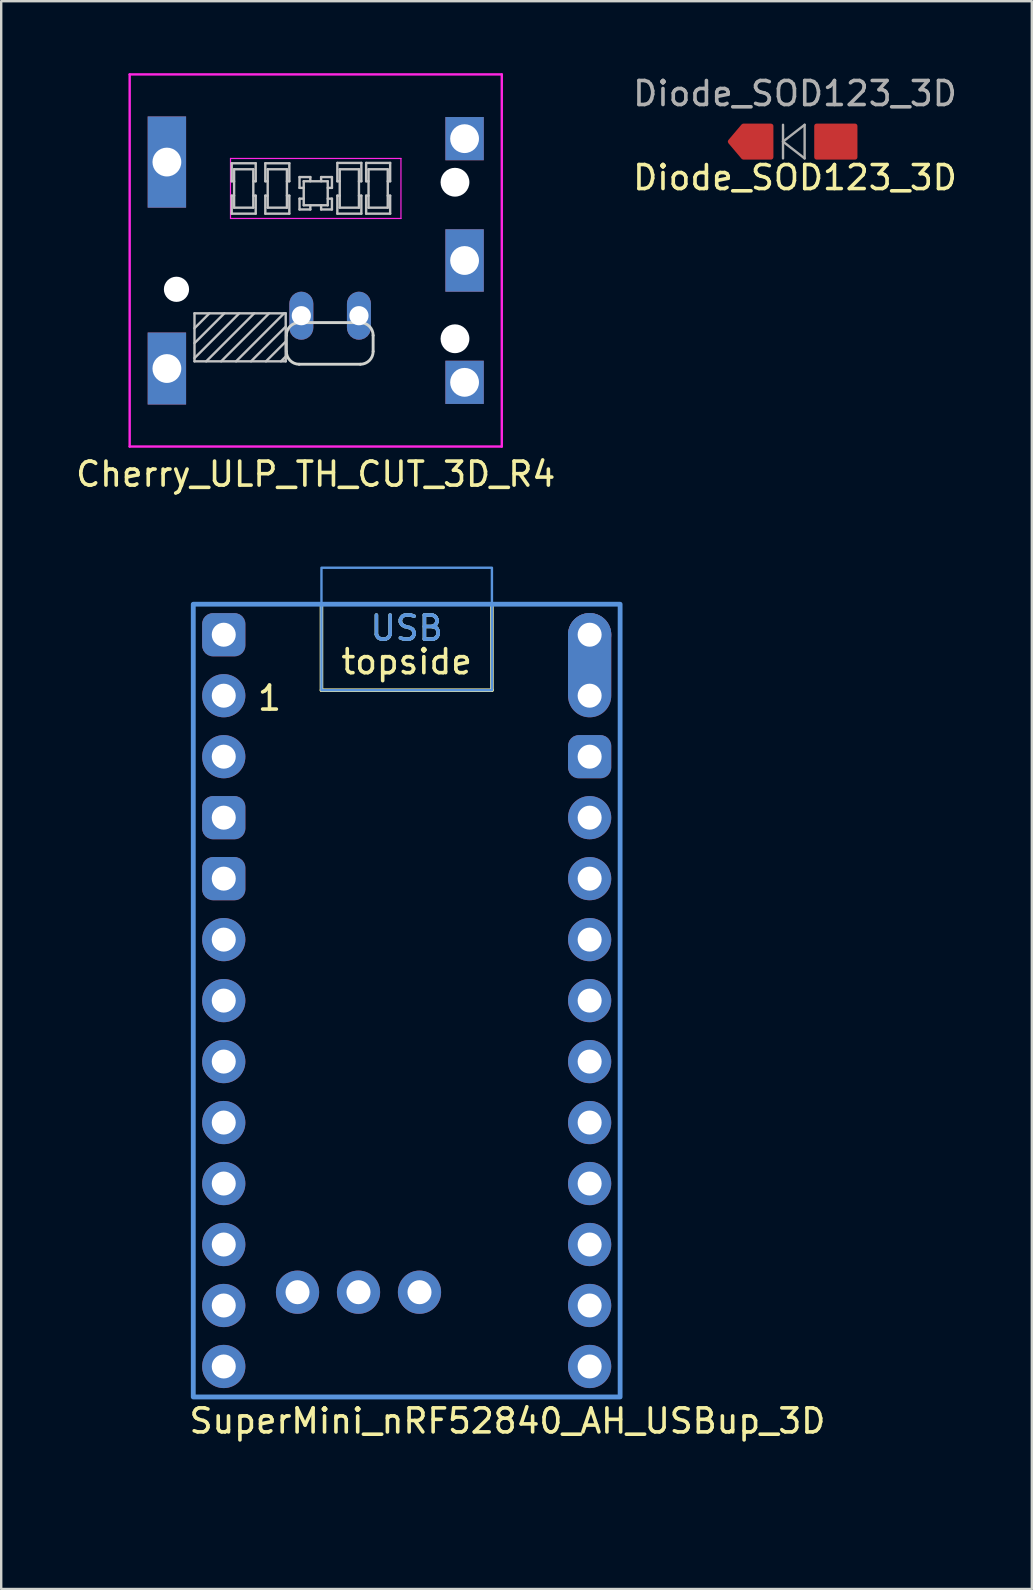
<source format=kicad_pcb>
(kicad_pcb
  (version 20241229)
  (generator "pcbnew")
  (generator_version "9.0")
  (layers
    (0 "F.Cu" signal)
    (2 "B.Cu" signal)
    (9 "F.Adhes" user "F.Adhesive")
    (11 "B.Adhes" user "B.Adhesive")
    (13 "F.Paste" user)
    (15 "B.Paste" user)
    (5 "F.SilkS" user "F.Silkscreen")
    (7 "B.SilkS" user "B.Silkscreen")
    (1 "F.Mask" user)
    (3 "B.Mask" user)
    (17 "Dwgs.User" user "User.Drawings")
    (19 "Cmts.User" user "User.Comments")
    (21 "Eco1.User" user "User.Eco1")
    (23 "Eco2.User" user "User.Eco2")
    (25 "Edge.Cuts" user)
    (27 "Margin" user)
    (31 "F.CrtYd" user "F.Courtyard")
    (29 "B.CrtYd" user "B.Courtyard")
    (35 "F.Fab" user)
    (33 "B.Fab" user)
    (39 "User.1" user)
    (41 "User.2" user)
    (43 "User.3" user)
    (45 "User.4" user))
  (footprint "Cherry_ULP_TH_CUT_3D_R4"
    (layer "F.Cu")
    (at 10.101 7.8)
    (property "Reference" "Cherry_ULP_TH_CUT_3D_R4" (at 0.000004 8.9 180) (layer "F.SilkS") (effects (font (size 1 1) (thickness 0.15))))
    (attr through_hole)
    (fp_line (start -5.05 4.066) (end -3.184 2.2) (stroke (width 0.1) (type solid)) (layer "Dwgs.User"))
    (fp_line (start -5.05 3.444) (end -3.806 2.2) (stroke (width 0.1) (type solid)) (layer "Dwgs.User"))
    (fp_line (start -5.05 4.2) (end -5.05 2.2) (stroke (width 0.1) (type solid)) (layer "Dwgs.User"))
    (fp_line (start -5.05 2.822) (end -4.428 2.2) (stroke (width 0.1) (type solid)) (layer "Dwgs.User"))
    (fp_line (start -5.05 2.2) (end -1.25 2.2) (stroke (width 0.1) (type solid)) (layer "Dwgs.User"))
    (fp_line (start -4.561 4.2) (end -2.561 2.2) (stroke (width 0.1) (type solid)) (layer "Dwgs.User"))
    (fp_line (start -3.939 4.2) (end -1.939 2.2) (stroke (width 0.1) (type solid)) (layer "Dwgs.User"))
    (fp_line (start -3.5 -3.3) (end -3.4 -3.3) (stroke (width 0.1) (type solid)) (layer "Dwgs.User"))
    (fp_line (start -3.5 -1.95) (end -2.5 -1.95) (stroke (width 0.1) (type solid)) (layer "Dwgs.User"))
    (fp_line (start -3.5 -4.05) (end -3.5 -3.3) (stroke (width 0.1) (type solid)) (layer "Dwgs.User"))
    (fp_line (start -3.5 -2.7) (end -3.5 -1.95) (stroke (width 0.1) (type solid)) (layer "Dwgs.User"))
    (fp_line (start -3.4 -2.7) (end -3.5 -2.7) (stroke (width 0.1) (type solid)) (layer "Dwgs.User"))
    (fp_line (start -3.4 -2.2) (end -2.6 -2.2) (stroke (width 0.1) (type solid)) (layer "Dwgs.User"))
    (fp_line (start -3.4 -3.8) (end -3.4 -2.2) (stroke (width 0.1) (type solid)) (layer "Dwgs.User"))
    (fp_line (start -3.317 4.2) (end -1.317 2.2) (stroke (width 0.1) (type solid)) (layer "Dwgs.User"))
    (fp_line (start -2.695 4.2) (end -1.25 2.756) (stroke (width 0.1) (type solid)) (layer "Dwgs.User"))
    (fp_line (start -2.6 -3.3) (end -2.5 -3.3) (stroke (width 0.1) (type solid)) (layer "Dwgs.User"))
    (fp_line (start -2.6 -2.2) (end -2.6 -3.8) (stroke (width 0.1) (type solid)) (layer "Dwgs.User"))
    (fp_line (start -2.6 -3.8) (end -3.4 -3.8) (stroke (width 0.1) (type solid)) (layer "Dwgs.User"))
    (fp_line (start -2.5 -2.7) (end -2.6 -2.7) (stroke (width 0.1) (type solid)) (layer "Dwgs.User"))
    (fp_line (start -2.5 -1.95) (end -2.5 -2.7) (stroke (width 0.1) (type solid)) (layer "Dwgs.User"))
    (fp_line (start -2.5 -4.05) (end -3.5 -4.05) (stroke (width 0.1) (type solid)) (layer "Dwgs.User"))
    (fp_line (start -2.5 -3.3) (end -2.5 -4.05) (stroke (width 0.1) (type solid)) (layer "Dwgs.User"))
    (fp_line (start -2.1 -2.7) (end -2.1 -1.95) (stroke (width 0.1) (type solid)) (layer "Dwgs.User"))
    (fp_line (start -2.1 -4.05) (end -2.1 -3.3) (stroke (width 0.1) (type solid)) (layer "Dwgs.User"))
    (fp_line (start -2.1 -3.3) (end -2 -3.3) (stroke (width 0.1) (type solid)) (layer "Dwgs.User"))
    (fp_line (start -2.1 -1.95) (end -1.1 -1.95) (stroke (width 0.1) (type solid)) (layer "Dwgs.User"))
    (fp_line (start -2.072 4.2) (end -1.25 3.378) (stroke (width 0.1) (type solid)) (layer "Dwgs.User"))
    (fp_line (start -2 -2.2) (end -1.2 -2.2) (stroke (width 0.1) (type solid)) (layer "Dwgs.User"))
    (fp_line (start -2 -3.8) (end -2 -2.2) (stroke (width 0.1) (type solid)) (layer "Dwgs.User"))
    (fp_line (start -2 -2.7) (end -2.1 -2.7) (stroke (width 0.1) (type solid)) (layer "Dwgs.User"))
    (fp_line (start -1.45 4.2) (end -1.25 4) (stroke (width 0.1) (type solid)) (layer "Dwgs.User"))
    (fp_line (start -1.25 2.2) (end -1.25 4.2) (stroke (width 0.1) (type solid)) (layer "Dwgs.User"))
    (fp_line (start -1.25 4.2) (end -5.05 4.2) (stroke (width 0.1) (type solid)) (layer "Dwgs.User"))
    (fp_line (start -1.2 -2.2) (end -1.2 -3.8) (stroke (width 0.1) (type solid)) (layer "Dwgs.User"))
    (fp_line (start -1.2 -3.8) (end -2 -3.8) (stroke (width 0.1) (type solid)) (layer "Dwgs.User"))
    (fp_line (start -1.2 -3.3) (end -1.1 -3.3) (stroke (width 0.1) (type solid)) (layer "Dwgs.User"))
    (fp_line (start -1.1 -3.3) (end -1.1 -4.05) (stroke (width 0.1) (type solid)) (layer "Dwgs.User"))
    (fp_line (start -1.1 -2.7) (end -1.2 -2.7) (stroke (width 0.1) (type solid)) (layer "Dwgs.User"))
    (fp_line (start -1.1 -4.05) (end -2.1 -4.05) (stroke (width 0.1) (type solid)) (layer "Dwgs.User"))
    (fp_line (start -1.1 -1.95) (end -1.1 -2.7) (stroke (width 0.1) (type solid)) (layer "Dwgs.User"))
    (fp_line (start -0.675 -2.125) (end -0.225 -2.125) (stroke (width 0.1) (type solid)) (layer "Dwgs.User"))
    (fp_line (start -0.675 -3.025) (end -0.5 -3.025) (stroke (width 0.1) (type solid)) (layer "Dwgs.User"))
    (fp_line (start -0.675 -2.575) (end -0.675 -2.125) (stroke (width 0.1) (type solid)) (layer "Dwgs.User"))
    (fp_line (start -0.675 -3.475) (end -0.675 -3.025) (stroke (width 0.1) (type solid)) (layer "Dwgs.User"))
    (fp_line (start -0.5 -3.3) (end -0.5 -2.3) (stroke (width 0.1) (type solid)) (layer "Dwgs.User"))
    (fp_line (start -0.5 -2.575) (end -0.675 -2.575) (stroke (width 0.1) (type solid)) (layer "Dwgs.User"))
    (fp_line (start -0.5 -2.3) (end 0.5 -2.3) (stroke (width 0.1) (type solid)) (layer "Dwgs.User"))
    (fp_line (start -0.225 -3.475) (end -0.675 -3.475) (stroke (width 0.1) (type solid)) (layer "Dwgs.User"))
    (fp_line (start -0.225 -2.125) (end -0.225 -2.3) (stroke (width 0.1) (type solid)) (layer "Dwgs.User"))
    (fp_line (start -0.225 -3.3) (end -0.225 -3.475) (stroke (width 0.1) (type solid)) (layer "Dwgs.User"))
    (fp_line (start 0.225 -3.475) (end 0.225 -3.3) (stroke (width 0.1) (type solid)) (layer "Dwgs.User"))
    (fp_line (start 0.225 -2.125) (end 0.675 -2.125) (stroke (width 0.1) (type solid)) (layer "Dwgs.User"))
    (fp_line (start 0.225 -2.3) (end 0.225 -2.125) (stroke (width 0.1) (type solid)) (layer "Dwgs.User"))
    (fp_line (start 0.5 -3.3) (end -0.5 -3.3) (stroke (width 0.1) (type solid)) (layer "Dwgs.User"))
    (fp_line (start 0.5 -3.025) (end 0.675 -3.025) (stroke (width 0.1) (type solid)) (layer "Dwgs.User"))
    (fp_line (start 0.5 -2.3) (end 0.5 -3.3) (stroke (width 0.1) (type solid)) (layer "Dwgs.User"))
    (fp_line (start 0.675 -3.475) (end 0.225 -3.475) (stroke (width 0.1) (type solid)) (layer "Dwgs.User"))
    (fp_line (start 0.675 -2.575) (end 0.5 -2.575) (stroke (width 0.1) (type solid)) (layer "Dwgs.User"))
    (fp_line (start 0.675 -3.025) (end 0.675 -3.475) (stroke (width 0.1) (type solid)) (layer "Dwgs.User"))
    (fp_line (start 0.675 -2.125) (end 0.675 -2.575) (stroke (width 0.1) (type solid)) (layer "Dwgs.User"))
    (fp_line (start 0.9 -4.064) (end 0.9 -3.3) (stroke (width 0.1) (type solid)) (layer "Dwgs.User"))
    (fp_line (start 0.9 -2.7) (end 0.9 -1.95) (stroke (width 0.1) (type solid)) (layer "Dwgs.User"))
    (fp_line (start 0.9 -3.3) (end 1 -3.3) (stroke (width 0.1) (type solid)) (layer "Dwgs.User"))
    (fp_line (start 0.9 -1.95) (end 1.9 -1.95) (stroke (width 0.1) (type solid)) (layer "Dwgs.User"))
    (fp_line (start 1 -2.2) (end 1.8 -2.2) (stroke (width 0.1) (type solid)) (layer "Dwgs.User"))
    (fp_line (start 1 -2.7) (end 0.9 -2.7) (stroke (width 0.1) (type solid)) (layer "Dwgs.User"))
    (fp_line (start 1 -3.8) (end 1 -2.2) (stroke (width 0.1) (type solid)) (layer "Dwgs.User"))
    (fp_line (start 1.8 -3.8) (end 1 -3.8) (stroke (width 0.1) (type solid)) (layer "Dwgs.User"))
    (fp_line (start 1.8 -3.3) (end 1.9 -3.3) (stroke (width 0.1) (type solid)) (layer "Dwgs.User"))
    (fp_line (start 1.8 -2.2) (end 1.8 -3.8) (stroke (width 0.1) (type solid)) (layer "Dwgs.User"))
    (fp_line (start 1.9 -2.7) (end 1.8 -2.7) (stroke (width 0.1) (type solid)) (layer "Dwgs.User"))
    (fp_line (start 1.9 -1.95) (end 1.9 -2.7) (stroke (width 0.1) (type solid)) (layer "Dwgs.User"))
    (fp_line (start 1.9 -4.064) (end 0.9 -4.064) (stroke (width 0.1) (type solid)) (layer "Dwgs.User"))
    (fp_line (start 1.9 -3.3) (end 1.9 -4.064) (stroke (width 0.1) (type solid)) (layer "Dwgs.User"))
    (fp_line (start 2.1 -4.064) (end 2.1 -3.3) (stroke (width 0.1) (type solid)) (layer "Dwgs.User"))
    (fp_line (start 2.1 -3.3) (end 2.2 -3.3) (stroke (width 0.1) (type solid)) (layer "Dwgs.User"))
    (fp_line (start 2.1 -2.7) (end 2.1 -1.95) (stroke (width 0.1) (type solid)) (layer "Dwgs.User"))
    (fp_line (start 2.1 -1.95) (end 3.1 -1.95) (stroke (width 0.1) (type solid)) (layer "Dwgs.User"))
    (fp_line (start 2.2 -3.8) (end 2.2 -2.2) (stroke (width 0.1) (type solid)) (layer "Dwgs.User"))
    (fp_line (start 2.2 -2.7) (end 2.1 -2.7) (stroke (width 0.1) (type solid)) (layer "Dwgs.User"))
    (fp_line (start 2.2 -2.2) (end 3 -2.2) (stroke (width 0.1) (type solid)) (layer "Dwgs.User"))
    (fp_line (start 3 -3.3) (end 3.1 -3.3) (stroke (width 0.1) (type solid)) (layer "Dwgs.User"))
    (fp_line (start 3 -3.8) (end 2.2 -3.8) (stroke (width 0.1) (type solid)) (layer "Dwgs.User"))
    (fp_line (start 3 -2.2) (end 3 -3.8) (stroke (width 0.1) (type solid)) (layer "Dwgs.User"))
    (fp_line (start 3.1 -4.064) (end 2.1 -4.064) (stroke (width 0.1) (type solid)) (layer "Dwgs.User"))
    (fp_line (start 3.1 -3.3) (end 3.1 -4.064) (stroke (width 0.1) (type solid)) (layer "Dwgs.User"))
    (fp_line (start 3.1 -2.7) (end 3 -2.7) (stroke (width 0.1) (type solid)) (layer "Dwgs.User"))
    (fp_line (start 3.1 -1.95) (end 3.1 -2.7) (stroke (width 0.1) (type solid)) (layer "Dwgs.User"))
    (fp_line (start -1.223 3.788) (end -1.223 3.12) (stroke (width 0.12) (type default)) (layer "Edge.Cuts"))
    (fp_line (start -0.69 2.587) (end 1.858 2.587) (stroke (width 0.12) (type default)) (layer "Edge.Cuts"))
    (fp_line (start 1.858 4.322) (end -0.69 4.322) (stroke (width 0.12) (type default)) (layer "Edge.Cuts"))
    (fp_line (start 2.391 3.12) (end 2.391 3.788) (stroke (width 0.12) (type default)) (layer "Edge.Cuts"))
    (fp_arc (start -1.223027 3.12037) (mid -1.066797 2.7432) (end -0.689627 2.58697) (stroke (width 0.12) (type default)) (layer "Edge.Cuts"))
    (fp_arc (start -0.68963 4.32183) (mid -1.066802 4.165601) (end -1.22303 3.788429) (stroke (width 0.12) (type default)) (layer "Edge.Cuts"))
    (fp_arc (start 1.858028 2.586972) (mid 2.235198 2.743199) (end 2.39143 3.120368) (stroke (width 0.12) (type default)) (layer "Edge.Cuts"))
    (fp_arc (start 2.391427 3.788431) (mid 2.2352 4.165602) (end 1.858027 4.321827) (stroke (width 0.12) (type default)) (layer "Edge.Cuts"))
    (fp_line (start -7.75 7.75) (end 7.75 7.75) (stroke (width 0.1) (type solid)) (layer "F.CrtYd"))
    (fp_line (start -7.75 -7.75) (end -7.75 7.75) (stroke (width 0.1) (type solid)) (layer "F.CrtYd"))
    (fp_line (start -3.55 -4.25) (end -3.55 -1.75) (stroke (width 0.05) (type solid)) (layer "F.CrtYd"))
    (fp_line (start -3.55 -1.75) (end 3.55 -1.75) (stroke (width 0.05) (type solid)) (layer "F.CrtYd"))
    (fp_line (start 3.55 -1.75) (end 3.55 -4.25) (stroke (width 0.05) (type solid)) (layer "F.CrtYd"))
    (fp_line (start 3.55 -4.25) (end -3.55 -4.25) (stroke (width 0.05) (type solid)) (layer "F.CrtYd"))
    (fp_line (start 7.75 7.75) (end 7.75 -7.75) (stroke (width 0.1) (type solid)) (layer "F.CrtYd"))
    (fp_line (start 7.75 -7.75) (end -7.75 -7.75) (stroke (width 0.1) (type solid)) (layer "F.CrtYd"))
    (pad "" np_thru_hole circle (at -5.8 1.2) (size 1.05 1.05) (drill 1.05) (layers "*.Cu" "*.Mask"))
    (pad "" np_thru_hole circle (at 5.8 3.26) (size 1.2 1.2) (drill 1.2) (layers "*.Cu" "*.Mask"))
    (pad "" np_thru_hole circle (at 5.8 -3.26) (size 1.2 1.2) (drill 1.2) (layers "*.Cu" "*.Mask"))
    (pad "1" thru_hole roundrect (at -0.6 2.3) (size 1 2) (drill 0.8) (layers "*.Cu" "*.Mask") (roundrect_rratio 0.5))
    (pad "2" thru_hole roundrect (at 1.8 2.3) (size 1 2) (drill 0.8) (layers "*.Cu" "*.Mask") (roundrect_rratio 0.5))
    (pad "3" thru_hole rect (at -6.2 -4.1) (size 1.6 3.8) (drill 1.2) (layers "*.Cu" "*.Mask"))
    (pad "3" thru_hole rect (at -6.2 4.5) (size 1.6 3) (drill 1.2) (layers "*.Cu" "*.Mask"))
    (pad "3" thru_hole rect (at 6.2 -5.075) (size 1.6 1.8) (drill 1.2) (layers "*.Cu" "*.Mask"))
    (pad "3" thru_hole rect (at 6.2 -0.000001) (size 1.6 2.6) (drill 1.2) (layers "*.Cu" "*.Mask"))
    (pad "3" thru_hole rect (at 6.2 5.075) (size 1.6 1.8) (drill 1.2) (layers "*.Cu" "*.Mask")))
  (footprint "Diode_SOD123_3D"
    (placed yes)
    (layer "F.Cu")
    (at 30.065 2.848)
    (property "Reference" "Diode_SOD123_3D" (at -0.000002 1.5 0) (layer "F.SilkS") (effects (font (size 1 1) (thickness 0.15))))
    (attr through_hole)
    (fp_line (start -0.5 -0.7) (end -0.5 0.7) (stroke (width 0.1) (type solid)) (layer "F.Fab"))
    (fp_line (start -0.5 0) (end 0.4 -0.7) (stroke (width 0.1) (type solid)) (layer "F.Fab"))
    (fp_line (start 0.4 -0.7) (end 0.4 0.7) (stroke (width 0.1) (type solid)) (layer "F.Fab"))
    (fp_line (start 0.4 0.7) (end -0.5 0) (stroke (width 0.1) (type solid)) (layer "F.Fab"))
    (fp_text user "${REFERENCE}" (at 0 -2 0) (layer "F.Fab") (effects (font (size 1 1) (thickness 0.15))))
    (pad "1" smd custom (at -1.45 0 0.2) (size 0.8 0.9) (layers "F.Cu" "F.Mask" "F.Paste") (options (anchor rect)) (primitives (gr_poly (pts (xy 0.448 0.652) (xy -0.702 0.648) (xy -1.25 -0.004) (xy -0.698 -0.652) (xy 0.452 -0.648)) (width 0.2) (fill yes))))
    (pad "2" smd roundrect (at 1.7 0) (size 1.8 1.5) (layers "F.Cu" "F.Mask" "F.Paste") (roundrect_rratio 0.067)))
  (footprint "SuperMini_nRF52840_AH_USBup_3D"
    (layer "F.Cu")
    (at 13.89 39.898)
    (property "Reference" "SuperMini_nRF52840_AH_USBup_3D" (at -9.14 16.24 0) (layer "F.SilkS") (effects (font (size 1 1) (thickness 0.15)) (justify left)))
    (attr through_hole exclude_from_pos_files exclude_from_bom)
    (fp_line (start -3.55 -14.2) (end -3.55 -17.78) (stroke (width 0.15) (type default)) (layer "F.SilkS"))
    (fp_line (start 3.55 -14.2) (end -3.55 -14.2) (stroke (width 0.15) (type default)) (layer "F.SilkS"))
    (fp_line (start 3.55 -14.2) (end 3.55 -17.78) (stroke (width 0.15) (type default)) (layer "F.SilkS"))
    (fp_rect (start -8.89 -17.78) (end 8.89 15.24) (stroke (width 0.15) (type solid)) (fill no) (layer "F.SilkS"))
    (fp_rect (start -3.55 -19.3) (end 3.55 -14.2) (stroke (width 0.1) (type default)) (fill no) (layer "Cmts.User"))
    (fp_rect (start 8.89 -17.78) (end -8.89 15.24) (stroke (width 0.2) (type solid)) (fill no) (layer "Cmts.User"))
    (fp_text user "topside" (at 0 -14.8 0) (unlocked yes) (layer "F.SilkS") (effects (font (size 1 1) (thickness 0.15)) (justify bottom)))
    (fp_text user "USB" (at 0 -16.2 0) (unlocked yes) (layer "F.SilkS") (effects (font (size 1 1) (thickness 0.15)) (justify bottom)))
    (fp_text user "1" (at -5.715 -13.283 0) (layer "F.SilkS") (effects (font (size 1 1) (thickness 0.15)) (justify bottom)))
    (fp_text user "USB" (at 0 -16.2 0) (layer "Cmts.User") (effects (font (size 1 1) (thickness 0.15)) (justify bottom)))
    (pad "1" thru_hole circle (at -7.62 -13.97) (size 1.8 1.8) (drill 1) (layers "*.Cu" "B.Mask"))
    (pad "2" thru_hole circle (at -7.62 -11.43) (size 1.8 1.8) (drill 1) (layers "*.Cu" "B.Mask"))
    (pad "3" thru_hole roundrect (at -7.62 -8.89) (size 1.8 1.8) (drill 1) (layers "*.Cu" "B.Mask") (roundrect_rratio 0.25))
    (pad "4" thru_hole roundrect (at -7.62 -6.35) (size 1.8 1.8) (drill 1) (layers "*.Cu" "B.Mask") (roundrect_rratio 0.25))
    (pad "5" thru_hole circle (at -7.62 -3.81) (size 1.8 1.8) (drill 1) (layers "*.Cu" "B.Mask"))
    (pad "6" thru_hole circle (at -7.62 -1.27) (size 1.8 1.8) (drill 1) (layers "*.Cu" "B.Mask"))
    (pad "7" thru_hole circle (at -7.62 1.27) (size 1.8 1.8) (drill 1) (layers "*.Cu" "B.Mask"))
    (pad "8" thru_hole circle (at -7.62 3.81) (size 1.8 1.8) (drill 1) (layers "*.Cu" "B.Mask"))
    (pad "9" thru_hole circle (at -7.62 6.35) (size 1.8 1.8) (drill 1) (layers "*.Cu" "B.Mask"))
    (pad "10" thru_hole circle (at -7.62 8.89) (size 1.8 1.8) (drill 1) (layers "*.Cu" "B.Mask"))
    (pad "11" thru_hole circle (at -7.62 11.43) (size 1.8 1.8) (drill 1) (layers "*.Cu" "B.Mask"))
    (pad "12" thru_hole circle (at -7.62 13.97) (size 1.8 1.8) (drill 1) (layers "*.Cu" "B.Mask"))
    (pad "13" thru_hole oval (at 7.62 -13.97) (size 1.8 4.34) (drill 1 (offset 0 -1.27)) (layers "*.Cu" "B.Mask"))
    (pad "14" thru_hole roundrect (at 7.62 -11.43) (size 1.8 1.8) (drill 1) (layers "*.Cu" "B.Mask") (roundrect_rratio 0.25))
    (pad "15" thru_hole circle (at 7.62 -8.89) (size 1.8 1.8) (drill 1) (layers "*.Cu" "B.Mask"))
    (pad "16" thru_hole circle (at 7.62 -6.35) (size 1.8 1.8) (drill 1) (layers "*.Cu" "B.Mask"))
    (pad "17" thru_hole circle (at 7.62 -3.81) (size 1.8 1.8) (drill 1) (layers "*.Cu" "B.Mask"))
    (pad "18" thru_hole circle (at 7.62 -1.27) (size 1.8 1.8) (drill 1) (layers "*.Cu" "B.Mask"))
    (pad "19" thru_hole circle (at 7.62 1.27) (size 1.8 1.8) (drill 1) (layers "*.Cu" "B.Mask"))
    (pad "20" thru_hole circle (at 7.62 3.81) (size 1.8 1.8) (drill 1) (layers "*.Cu" "B.Mask"))
    (pad "21" thru_hole circle (at 7.62 6.35) (size 1.8 1.8) (drill 1) (layers "*.Cu" "B.Mask"))
    (pad "22" thru_hole circle (at 7.62 8.89) (size 1.8 1.8) (drill 1) (layers "*.Cu" "B.Mask"))
    (pad "23" thru_hole circle (at 7.62 11.43) (size 1.8 1.8) (drill 1) (layers "*.Cu" "B.Mask"))
    (pad "24" thru_hole circle (at 7.62 13.97) (size 1.8 1.8) (drill 1) (layers "*.Cu" "B.Mask"))
    (pad "25" thru_hole circle (at -4.547 10.876) (size 1.8 1.8) (drill 1) (layers "*.Cu" "B.Mask"))
    (pad "26" thru_hole circle (at -2.007 10.876) (size 1.8 1.8) (drill 1) (layers "*.Cu" "B.Mask"))
    (pad "27" thru_hole circle (at 0.533 10.876) (size 1.8 1.8) (drill 1) (layers "*.Cu" "B.Mask"))
    (pad "28" thru_hole roundrect (at -7.62 -16.51) (size 1.8 1.8) (drill 1) (layers "*.Cu" "B.Mask") (roundrect_rratio 0.25))
    (pad "29" thru_hole circle (at 7.62 -16.51) (size 1.8 1.8) (drill 1) (layers "*.Cu" "B.Mask"))
    (zone (net_name "") (layers "F.Cu" "B.Cu") (name "ANT") (hatch edge 0.5) (connect_pads) (min_thickness 0.25) (filled_areas_thickness no) (keepout (tracks allowed) (vias allowed) (pads allowed) (copperpour not_allowed) (footprints allowed)) (placement (enabled no)) (fill) (polygon (pts (xy 0 50.058) (xy 27.78 50.058) (xy 27.78 60.138) (xy 0 60.138)))))
  (gr_rect
    (start -3 -3)
    (end 39.929 63.138)
    (stroke (width 0.1) (type default))
    (fill no)
    (layer "Edge.Cuts")))
</source>
